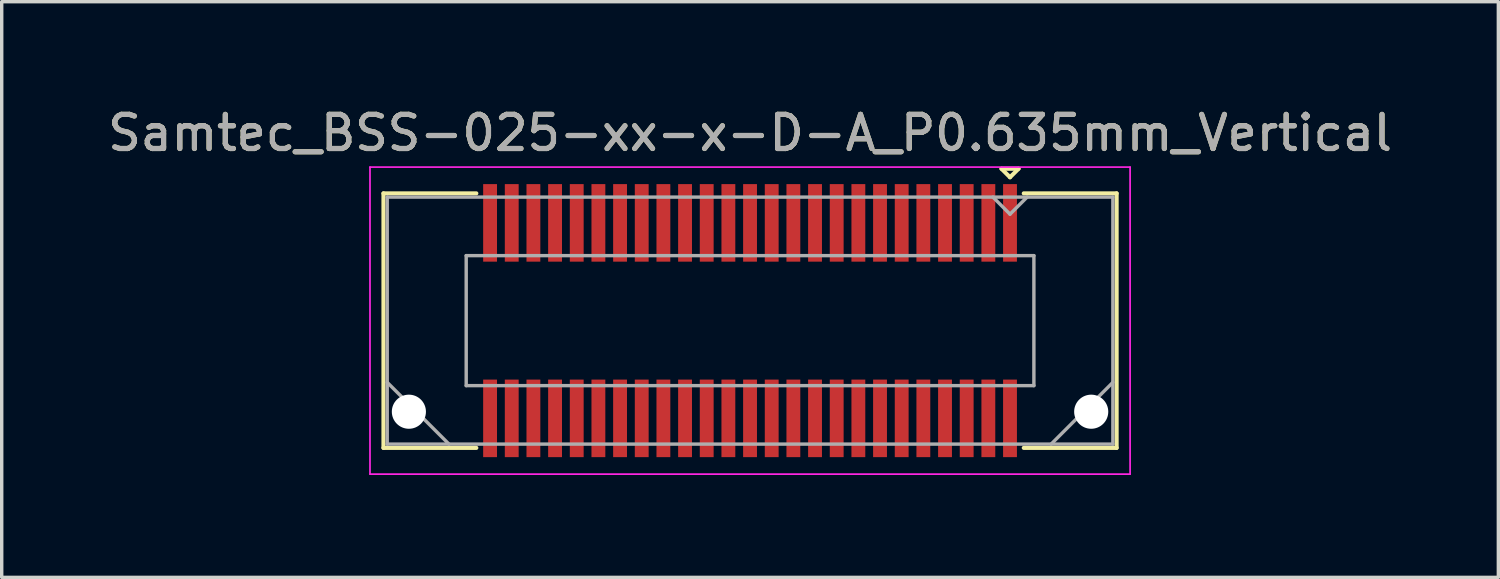
<source format=kicad_pcb>
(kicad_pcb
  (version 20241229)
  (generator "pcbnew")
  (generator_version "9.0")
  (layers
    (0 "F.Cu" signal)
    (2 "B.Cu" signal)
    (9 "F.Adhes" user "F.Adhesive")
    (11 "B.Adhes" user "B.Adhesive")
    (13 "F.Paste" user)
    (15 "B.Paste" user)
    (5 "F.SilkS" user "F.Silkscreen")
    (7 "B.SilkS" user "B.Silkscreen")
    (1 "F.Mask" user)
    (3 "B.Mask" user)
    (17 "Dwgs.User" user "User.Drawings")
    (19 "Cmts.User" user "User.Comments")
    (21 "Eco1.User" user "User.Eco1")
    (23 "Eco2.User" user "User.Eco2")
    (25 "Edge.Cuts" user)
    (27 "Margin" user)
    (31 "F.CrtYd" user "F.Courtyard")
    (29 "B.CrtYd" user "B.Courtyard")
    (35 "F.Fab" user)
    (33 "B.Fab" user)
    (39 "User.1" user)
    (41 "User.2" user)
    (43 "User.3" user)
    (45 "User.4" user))
  (footprint "Samtec_BSS-025-xx-x-D-A_P0.635mm_Vertical"
    (layer "F.Cu")
    (at 18.935 6.348)
    (property "Reference" "Samtec_BSS-025-xx-x-D-A_P0.635mm_Vertical" (at 0 -5.5 0) (layer "F.SilkS") (effects (font (size 1 1) (thickness 0.15))))
    (attr smd)
    (fp_line (start -10.745 -3.73) (end -8.023 -3.73) (stroke (width 0.12) (type solid)) (layer "F.SilkS"))
    (fp_line (start -10.745 3.73) (end -10.745 -3.73) (stroke (width 0.12) (type solid)) (layer "F.SilkS"))
    (fp_line (start -8.023 3.73) (end -10.745 3.73) (stroke (width 0.12) (type solid)) (layer "F.SilkS"))
    (fp_line (start 7.37 -4.452) (end 7.87 -4.452) (stroke (width 0.12) (type solid)) (layer "F.SilkS"))
    (fp_line (start 7.62 -4.202) (end 7.37 -4.452) (stroke (width 0.12) (type solid)) (layer "F.SilkS"))
    (fp_line (start 7.87 -4.452) (end 7.62 -4.202) (stroke (width 0.12) (type solid)) (layer "F.SilkS"))
    (fp_line (start 8.023 3.73) (end 10.745 3.73) (stroke (width 0.12) (type solid)) (layer "F.SilkS"))
    (fp_line (start 10.745 -3.73) (end 8.023 -3.73) (stroke (width 0.12) (type solid)) (layer "F.SilkS"))
    (fp_line (start 10.745 3.73) (end 10.745 -3.73) (stroke (width 0.12) (type solid)) (layer "F.SilkS"))
    (fp_line (start -11.14 -4.5) (end -11.14 4.5) (stroke (width 0.05) (type solid)) (layer "F.CrtYd"))
    (fp_line (start -11.14 4.5) (end 11.14 4.5) (stroke (width 0.05) (type solid)) (layer "F.CrtYd"))
    (fp_line (start 11.14 -4.5) (end -11.14 -4.5) (stroke (width 0.05) (type solid)) (layer "F.CrtYd"))
    (fp_line (start 11.14 4.5) (end 11.14 -4.5) (stroke (width 0.05) (type solid)) (layer "F.CrtYd"))
    (fp_line (start -10.635 -3.62) (end -10.635 3.62) (stroke (width 0.1) (type solid)) (layer "F.Fab"))
    (fp_line (start -10.635 1.81) (end -8.825 3.62) (stroke (width 0.1) (type solid)) (layer "F.Fab"))
    (fp_line (start -10.635 3.62) (end 10.635 3.62) (stroke (width 0.1) (type solid)) (layer "F.Fab"))
    (fp_line (start -8.32 -1.905) (end -8.32 1.905) (stroke (width 0.1) (type solid)) (layer "F.Fab"))
    (fp_line (start -8.32 1.905) (end 8.32 1.905) (stroke (width 0.1) (type solid)) (layer "F.Fab"))
    (fp_line (start 7.62 -3.12) (end 7.12 -3.62) (stroke (width 0.1) (type solid)) (layer "F.Fab"))
    (fp_line (start 8.12 -3.62) (end 7.62 -3.12) (stroke (width 0.1) (type solid)) (layer "F.Fab"))
    (fp_line (start 8.32 -1.905) (end -8.32 -1.905) (stroke (width 0.1) (type solid)) (layer "F.Fab"))
    (fp_line (start 8.32 1.905) (end 8.32 -1.905) (stroke (width 0.1) (type solid)) (layer "F.Fab"))
    (fp_line (start 10.635 -3.62) (end -10.635 -3.62) (stroke (width 0.1) (type solid)) (layer "F.Fab"))
    (fp_line (start 10.635 1.81) (end 8.825 3.62) (stroke (width 0.1) (type solid)) (layer "F.Fab"))
    (fp_line (start 10.635 3.62) (end 10.635 -3.62) (stroke (width 0.1) (type solid)) (layer "F.Fab"))
    (fp_text user "${REFERENCE}" (at 0 -5.5 0) (layer "F.Fab") (effects (font (size 1 1) (thickness 0.15))))
    (pad "" np_thru_hole circle (at -10 2.67) (size 1 1) (drill 1) (layers "*.Cu" "*.Mask"))
    (pad "" np_thru_hole circle (at 10 2.67) (size 1 1) (drill 1) (layers "*.Cu" "*.Mask"))
    (pad "1" smd rect (at 7.62 -2.865) (size 0.406 2.273) (layers "F.Cu" "F.Mask" "F.Paste"))
    (pad "2" smd rect (at 7.62 2.865) (size 0.406 2.273) (layers "F.Cu" "F.Mask" "F.Paste"))
    (pad "3" smd rect (at 6.985 -2.865) (size 0.406 2.273) (layers "F.Cu" "F.Mask" "F.Paste"))
    (pad "4" smd rect (at 6.985 2.865) (size 0.406 2.273) (layers "F.Cu" "F.Mask" "F.Paste"))
    (pad "5" smd rect (at 6.35 -2.865) (size 0.406 2.273) (layers "F.Cu" "F.Mask" "F.Paste"))
    (pad "6" smd rect (at 6.35 2.865) (size 0.406 2.273) (layers "F.Cu" "F.Mask" "F.Paste"))
    (pad "7" smd rect (at 5.715 -2.865) (size 0.406 2.273) (layers "F.Cu" "F.Mask" "F.Paste"))
    (pad "8" smd rect (at 5.715 2.865) (size 0.406 2.273) (layers "F.Cu" "F.Mask" "F.Paste"))
    (pad "9" smd rect (at 5.08 -2.865) (size 0.406 2.273) (layers "F.Cu" "F.Mask" "F.Paste"))
    (pad "10" smd rect (at 5.08 2.865) (size 0.406 2.273) (layers "F.Cu" "F.Mask" "F.Paste"))
    (pad "11" smd rect (at 4.445 -2.865) (size 0.406 2.273) (layers "F.Cu" "F.Mask" "F.Paste"))
    (pad "12" smd rect (at 4.445 2.865) (size 0.406 2.273) (layers "F.Cu" "F.Mask" "F.Paste"))
    (pad "13" smd rect (at 3.81 -2.865) (size 0.406 2.273) (layers "F.Cu" "F.Mask" "F.Paste"))
    (pad "14" smd rect (at 3.81 2.865) (size 0.406 2.273) (layers "F.Cu" "F.Mask" "F.Paste"))
    (pad "15" smd rect (at 3.175 -2.865) (size 0.406 2.273) (layers "F.Cu" "F.Mask" "F.Paste"))
    (pad "16" smd rect (at 3.175 2.865) (size 0.406 2.273) (layers "F.Cu" "F.Mask" "F.Paste"))
    (pad "17" smd rect (at 2.54 -2.865) (size 0.406 2.273) (layers "F.Cu" "F.Mask" "F.Paste"))
    (pad "18" smd rect (at 2.54 2.865) (size 0.406 2.273) (layers "F.Cu" "F.Mask" "F.Paste"))
    (pad "19" smd rect (at 1.905 -2.865) (size 0.406 2.273) (layers "F.Cu" "F.Mask" "F.Paste"))
    (pad "20" smd rect (at 1.905 2.865) (size 0.406 2.273) (layers "F.Cu" "F.Mask" "F.Paste"))
    (pad "21" smd rect (at 1.27 -2.865) (size 0.406 2.273) (layers "F.Cu" "F.Mask" "F.Paste"))
    (pad "22" smd rect (at 1.27 2.865) (size 0.406 2.273) (layers "F.Cu" "F.Mask" "F.Paste"))
    (pad "23" smd rect (at 0.635 -2.865) (size 0.406 2.273) (layers "F.Cu" "F.Mask" "F.Paste"))
    (pad "24" smd rect (at 0.635 2.865) (size 0.406 2.273) (layers "F.Cu" "F.Mask" "F.Paste"))
    (pad "25" smd rect (at 0 -2.865) (size 0.406 2.273) (layers "F.Cu" "F.Mask" "F.Paste"))
    (pad "26" smd rect (at 0 2.865) (size 0.406 2.273) (layers "F.Cu" "F.Mask" "F.Paste"))
    (pad "27" smd rect (at -0.635 -2.865) (size 0.406 2.273) (layers "F.Cu" "F.Mask" "F.Paste"))
    (pad "28" smd rect (at -0.635 2.865) (size 0.406 2.273) (layers "F.Cu" "F.Mask" "F.Paste"))
    (pad "29" smd rect (at -1.27 -2.865) (size 0.406 2.273) (layers "F.Cu" "F.Mask" "F.Paste"))
    (pad "30" smd rect (at -1.27 2.865) (size 0.406 2.273) (layers "F.Cu" "F.Mask" "F.Paste"))
    (pad "31" smd rect (at -1.905 -2.865) (size 0.406 2.273) (layers "F.Cu" "F.Mask" "F.Paste"))
    (pad "32" smd rect (at -1.905 2.865) (size 0.406 2.273) (layers "F.Cu" "F.Mask" "F.Paste"))
    (pad "33" smd rect (at -2.54 -2.865) (size 0.406 2.273) (layers "F.Cu" "F.Mask" "F.Paste"))
    (pad "34" smd rect (at -2.54 2.865) (size 0.406 2.273) (layers "F.Cu" "F.Mask" "F.Paste"))
    (pad "35" smd rect (at -3.175 -2.865) (size 0.406 2.273) (layers "F.Cu" "F.Mask" "F.Paste"))
    (pad "36" smd rect (at -3.175 2.865) (size 0.406 2.273) (layers "F.Cu" "F.Mask" "F.Paste"))
    (pad "37" smd rect (at -3.81 -2.865) (size 0.406 2.273) (layers "F.Cu" "F.Mask" "F.Paste"))
    (pad "38" smd rect (at -3.81 2.865) (size 0.406 2.273) (layers "F.Cu" "F.Mask" "F.Paste"))
    (pad "39" smd rect (at -4.445 -2.865) (size 0.406 2.273) (layers "F.Cu" "F.Mask" "F.Paste"))
    (pad "40" smd rect (at -4.445 2.865) (size 0.406 2.273) (layers "F.Cu" "F.Mask" "F.Paste"))
    (pad "41" smd rect (at -5.08 -2.865) (size 0.406 2.273) (layers "F.Cu" "F.Mask" "F.Paste"))
    (pad "42" smd rect (at -5.08 2.865) (size 0.406 2.273) (layers "F.Cu" "F.Mask" "F.Paste"))
    (pad "43" smd rect (at -5.715 -2.865) (size 0.406 2.273) (layers "F.Cu" "F.Mask" "F.Paste"))
    (pad "44" smd rect (at -5.715 2.865) (size 0.406 2.273) (layers "F.Cu" "F.Mask" "F.Paste"))
    (pad "45" smd rect (at -6.35 -2.865) (size 0.406 2.273) (layers "F.Cu" "F.Mask" "F.Paste"))
    (pad "46" smd rect (at -6.35 2.865) (size 0.406 2.273) (layers "F.Cu" "F.Mask" "F.Paste"))
    (pad "47" smd rect (at -6.985 -2.865) (size 0.406 2.273) (layers "F.Cu" "F.Mask" "F.Paste"))
    (pad "48" smd rect (at -6.985 2.865) (size 0.406 2.273) (layers "F.Cu" "F.Mask" "F.Paste"))
    (pad "49" smd rect (at -7.62 -2.865) (size 0.406 2.273) (layers "F.Cu" "F.Mask" "F.Paste"))
    (pad "50" smd rect (at -7.62 2.865) (size 0.406 2.273) (layers "F.Cu" "F.Mask" "F.Paste")))
  (gr_rect
    (start -3 -3)
    (end 40.869 13.873)
    (stroke (width 0.1) (type default))
    (fill no)
    (layer "Edge.Cuts")))
</source>
